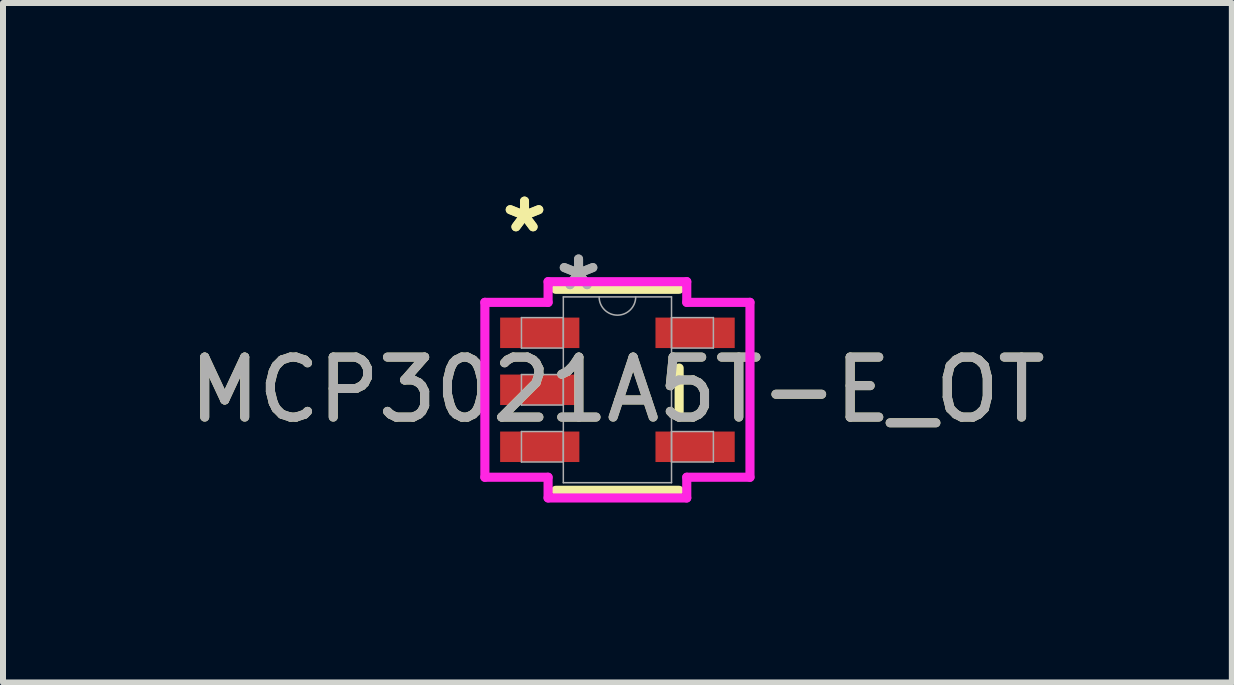
<source format=kicad_pcb>
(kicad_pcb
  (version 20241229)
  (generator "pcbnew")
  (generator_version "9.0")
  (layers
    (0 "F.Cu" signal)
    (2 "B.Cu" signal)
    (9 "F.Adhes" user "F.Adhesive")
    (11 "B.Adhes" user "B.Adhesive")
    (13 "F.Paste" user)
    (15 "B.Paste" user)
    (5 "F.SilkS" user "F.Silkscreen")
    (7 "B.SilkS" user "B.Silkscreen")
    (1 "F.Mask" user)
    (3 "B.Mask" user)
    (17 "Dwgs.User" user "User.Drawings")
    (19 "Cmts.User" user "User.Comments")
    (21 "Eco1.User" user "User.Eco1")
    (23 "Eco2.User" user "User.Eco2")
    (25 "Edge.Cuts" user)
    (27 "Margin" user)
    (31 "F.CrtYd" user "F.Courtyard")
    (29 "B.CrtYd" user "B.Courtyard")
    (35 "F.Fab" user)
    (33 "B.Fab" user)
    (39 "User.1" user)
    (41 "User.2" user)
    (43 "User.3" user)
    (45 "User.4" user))
  (footprint "MCP3021A5T-E_OT"
    (layer "F.Cu")
    (at 7.244 3.449)
    (property "Reference" "MCP3021A5T-E_OT" (at 0 0 0) (unlocked yes) (layer "F.SilkS") (effects (font (size 1 1) (thickness 0.15))))
    (attr smd)
    (fp_line (start -1.029 1.676) (end 1.029 1.676) (stroke (width 0.152) (type solid)) (layer "F.SilkS"))
    (fp_line (start 1.029 -1.676) (end -1.029 -1.676) (stroke (width 0.152) (type solid)) (layer "F.SilkS"))
    (fp_line (start 1.029 0.363) (end 1.029 -0.363) (stroke (width 0.152) (type solid)) (layer "F.SilkS"))
    (fp_line (start -2.21 -1.458) (end -1.156 -1.458) (stroke (width 0.152) (type solid)) (layer "F.CrtYd"))
    (fp_line (start -2.21 1.458) (end -2.21 -1.458) (stroke (width 0.152) (type solid)) (layer "F.CrtYd"))
    (fp_line (start -1.156 -1.803) (end 1.156 -1.803) (stroke (width 0.152) (type solid)) (layer "F.CrtYd"))
    (fp_line (start -1.156 -1.458) (end -1.156 -1.803) (stroke (width 0.152) (type solid)) (layer "F.CrtYd"))
    (fp_line (start -1.156 1.458) (end -2.21 1.458) (stroke (width 0.152) (type solid)) (layer "F.CrtYd"))
    (fp_line (start -1.156 1.803) (end -1.156 1.458) (stroke (width 0.152) (type solid)) (layer "F.CrtYd"))
    (fp_line (start 1.156 -1.803) (end 1.156 -1.458) (stroke (width 0.152) (type solid)) (layer "F.CrtYd"))
    (fp_line (start 1.156 -1.458) (end 2.21 -1.458) (stroke (width 0.152) (type solid)) (layer "F.CrtYd"))
    (fp_line (start 1.156 1.458) (end 1.156 1.803) (stroke (width 0.152) (type solid)) (layer "F.CrtYd"))
    (fp_line (start 1.156 1.803) (end -1.156 1.803) (stroke (width 0.152) (type solid)) (layer "F.CrtYd"))
    (fp_line (start 2.21 -1.458) (end 2.21 1.458) (stroke (width 0.152) (type solid)) (layer "F.CrtYd"))
    (fp_line (start 2.21 1.458) (end 1.156 1.458) (stroke (width 0.152) (type solid)) (layer "F.CrtYd"))
    (fp_line (start -1.6 -1.204) (end -1.6 -0.696) (stroke (width 0.025) (type solid)) (layer "F.Fab"))
    (fp_line (start -1.6 -0.696) (end -0.902 -0.696) (stroke (width 0.025) (type solid)) (layer "F.Fab"))
    (fp_line (start -1.6 -0.254) (end -1.6 0.254) (stroke (width 0.025) (type solid)) (layer "F.Fab"))
    (fp_line (start -1.6 0.254) (end -0.902 0.254) (stroke (width 0.025) (type solid)) (layer "F.Fab"))
    (fp_line (start -1.6 0.696) (end -1.6 1.204) (stroke (width 0.025) (type solid)) (layer "F.Fab"))
    (fp_line (start -1.6 1.204) (end -0.902 1.204) (stroke (width 0.025) (type solid)) (layer "F.Fab"))
    (fp_line (start -0.902 -1.549) (end -0.902 1.549) (stroke (width 0.025) (type solid)) (layer "F.Fab"))
    (fp_line (start -0.902 -1.204) (end -1.6 -1.204) (stroke (width 0.025) (type solid)) (layer "F.Fab"))
    (fp_line (start -0.902 -0.696) (end -0.902 -1.204) (stroke (width 0.025) (type solid)) (layer "F.Fab"))
    (fp_line (start -0.902 -0.254) (end -1.6 -0.254) (stroke (width 0.025) (type solid)) (layer "F.Fab"))
    (fp_line (start -0.902 0.254) (end -0.902 -0.254) (stroke (width 0.025) (type solid)) (layer "F.Fab"))
    (fp_line (start -0.902 0.696) (end -1.6 0.696) (stroke (width 0.025) (type solid)) (layer "F.Fab"))
    (fp_line (start -0.902 1.204) (end -0.902 0.696) (stroke (width 0.025) (type solid)) (layer "F.Fab"))
    (fp_line (start -0.902 1.549) (end 0.902 1.549) (stroke (width 0.025) (type solid)) (layer "F.Fab"))
    (fp_line (start 0.902 -1.549) (end -0.902 -1.549) (stroke (width 0.025) (type solid)) (layer "F.Fab"))
    (fp_line (start 0.902 -1.204) (end 0.902 -0.696) (stroke (width 0.025) (type solid)) (layer "F.Fab"))
    (fp_line (start 0.902 -0.696) (end 1.6 -0.696) (stroke (width 0.025) (type solid)) (layer "F.Fab"))
    (fp_line (start 0.902 0.696) (end 0.902 1.204) (stroke (width 0.025) (type solid)) (layer "F.Fab"))
    (fp_line (start 0.902 1.204) (end 1.6 1.204) (stroke (width 0.025) (type solid)) (layer "F.Fab"))
    (fp_line (start 0.902 1.549) (end 0.902 -1.549) (stroke (width 0.025) (type solid)) (layer "F.Fab"))
    (fp_line (start 1.6 -1.204) (end 0.902 -1.204) (stroke (width 0.025) (type solid)) (layer "F.Fab"))
    (fp_line (start 1.6 -0.696) (end 1.6 -1.204) (stroke (width 0.025) (type solid)) (layer "F.Fab"))
    (fp_line (start 1.6 0.696) (end 0.902 0.696) (stroke (width 0.025) (type solid)) (layer "F.Fab"))
    (fp_line (start 1.6 1.204) (end 1.6 0.696) (stroke (width 0.025) (type solid)) (layer "F.Fab"))
    (fp_arc (start 0.3048 -1.5494) (mid 0 -1.2446) (end -0.3048 -1.5494) (stroke (width 0.0254) (type solid)) (layer "F.Fab"))
    (fp_text user "*" (at -1.549 -2.601 0) (layer "F.SilkS") (effects (font (size 1 1) (thickness 0.15))))
    (fp_text user "*" (at -1.549 -2.601 0) (unlocked yes) (layer "F.SilkS") (effects (font (size 1 1) (thickness 0.15))))
    (fp_text user "*" (at -0.648 -1.636 0) (layer "F.Fab") (effects (font (size 1 1) (thickness 0.15))))
    (fp_text user "${REFERENCE}" (at 0 0 0) (unlocked yes) (layer "F.Fab") (effects (font (size 1 1) (thickness 0.15))))
    (fp_text user "*" (at -0.648 -1.636 0) (unlocked yes) (layer "F.Fab") (effects (font (size 1 1) (thickness 0.15))))
    (pad "1" smd rect (at -1.295 -0.95) (size 1.321 0.508) (layers "F.Cu" "F.Mask" "F.Paste"))
    (pad "2" smd rect (at -1.295 0) (size 1.321 0.508) (layers "F.Cu" "F.Mask" "F.Paste"))
    (pad "3" smd rect (at -1.295 0.95) (size 1.321 0.508) (layers "F.Cu" "F.Mask" "F.Paste"))
    (pad "4" smd rect (at 1.295 0.95) (size 1.321 0.508) (layers "F.Cu" "F.Mask" "F.Paste"))
    (pad "5" smd rect (at 1.295 -0.95) (size 1.321 0.508) (layers "F.Cu" "F.Mask" "F.Paste")))
  (gr_rect
    (start -3 -3)
    (end 17.488 8.329)
    (stroke (width 0.1) (type default))
    (fill no)
    (layer "Edge.Cuts")))
</source>
